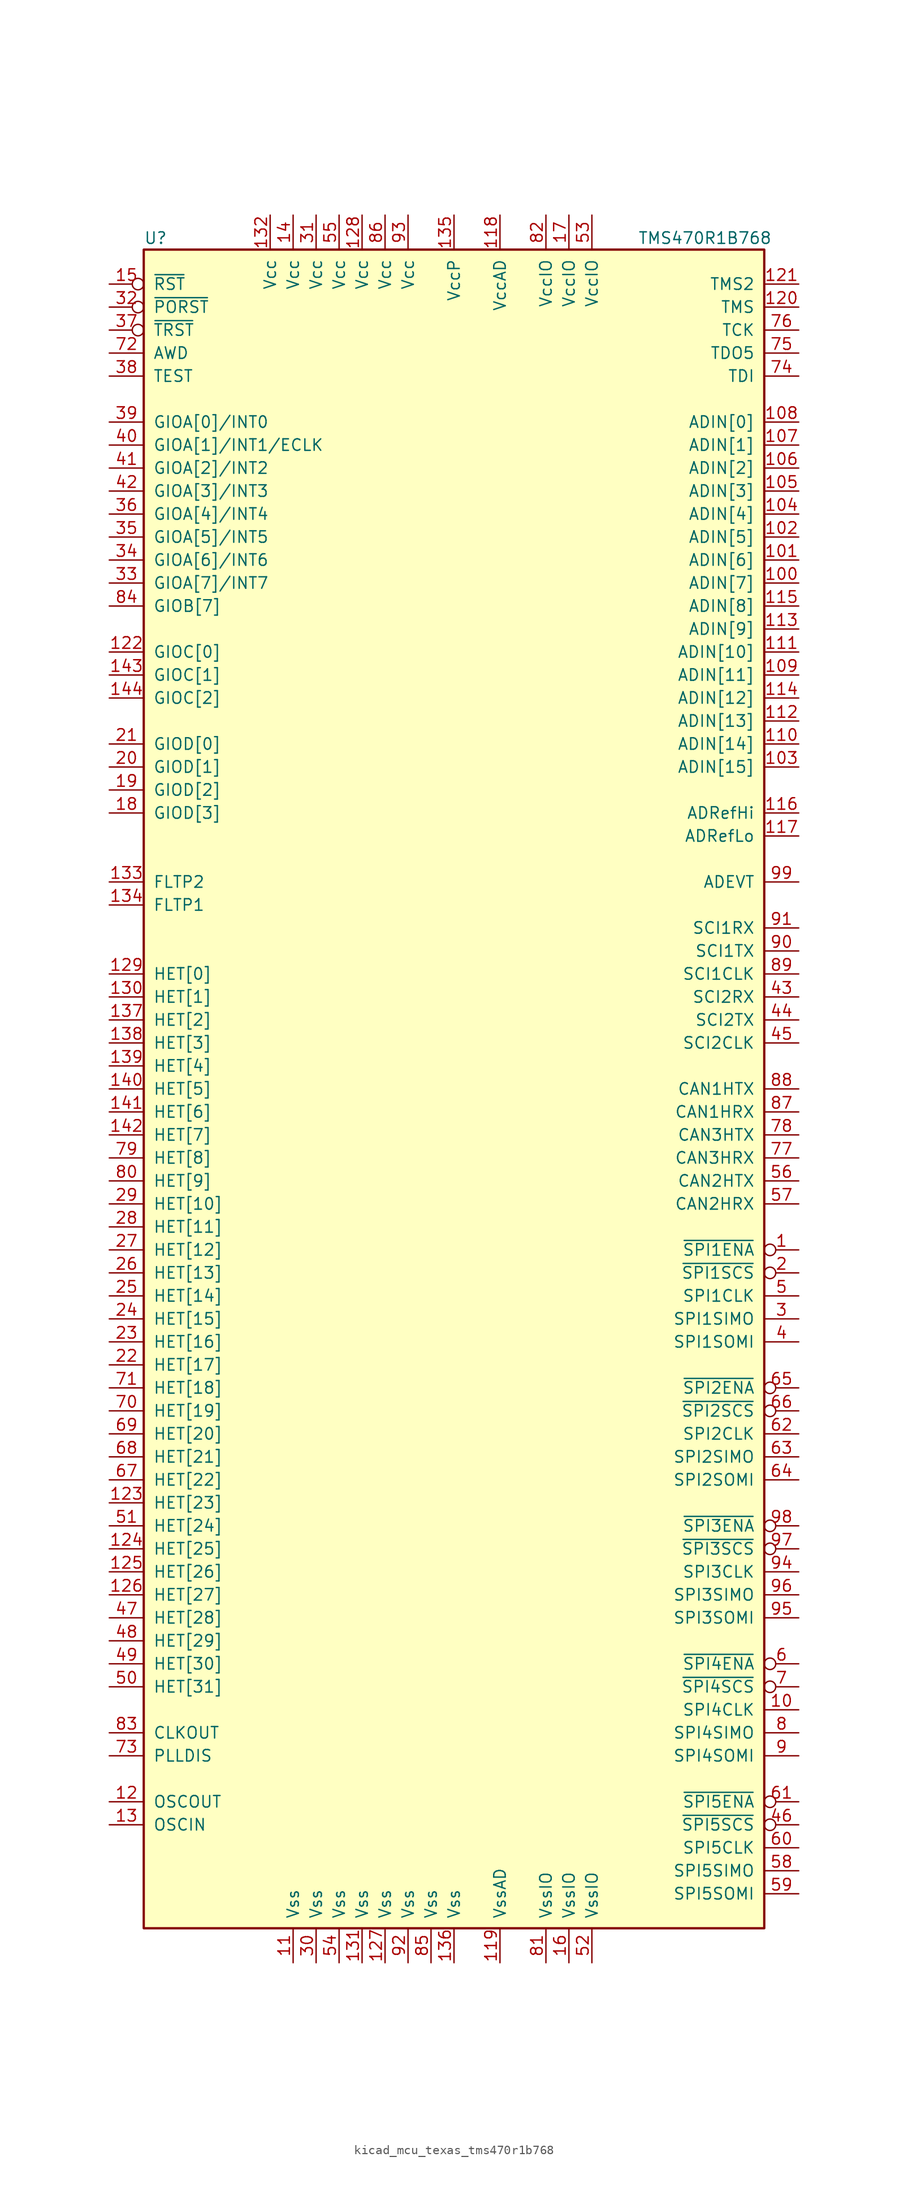
<source format=kicad_sym>
(kicad_symbol_lib
  (version 20220914)
  (generator kicad_symbol_editor)
  (symbol "kicad_mcu_texas_tms470r1b768"
    (pin_names
      (offset 1.016))
    (property "Reference" "U"
      (at -34.29 93.98 0)
      (effects (font (size 1.27 1.27)) (justify left)))
    (property "Value" "TMS470R1B768"
      (at 20.32 93.98 0)
      (effects (font (size 1.27 1.27)) (justify left)))
    (symbol "kicad_mcu_texas_tms470r1b768_0_1"
      (rectangle (start -34.29 92.71) (end 34.29 -92.71) (stroke (width 0.254) (type default)) (fill (type background))))
    (symbol "kicad_mcu_texas_tms470r1b768_1_1"
      (pin passive inverted (at 38.1 -17.78 180) (length 3.81) (name "~{SPI1ENA}" (effects (font (size 1.27 1.27)))) (number "1" (effects (font (size 1.27 1.27)))))
      (pin passive line (at 38.1 -68.58 180) (length 3.81) (name "SPI4CLK" (effects (font (size 1.27 1.27)))) (number "10" (effects (font (size 1.27 1.27)))))
      (pin passive line (at 38.1 55.88 180) (length 3.81) (name "ADIN[7]" (effects (font (size 1.27 1.27)))) (number "100" (effects (font (size 1.27 1.27)))))
      (pin passive line (at 38.1 58.42 180) (length 3.81) (name "ADIN[6]" (effects (font (size 1.27 1.27)))) (number "101" (effects (font (size 1.27 1.27)))))
      (pin passive line (at 38.1 60.96 180) (length 3.81) (name "ADIN[5]" (effects (font (size 1.27 1.27)))) (number "102" (effects (font (size 1.27 1.27)))))
      (pin passive line (at 38.1 35.56 180) (length 3.81) (name "ADIN[15]" (effects (font (size 1.27 1.27)))) (number "103" (effects (font (size 1.27 1.27)))))
      (pin passive line (at 38.1 63.5 180) (length 3.81) (name "ADIN[4]" (effects (font (size 1.27 1.27)))) (number "104" (effects (font (size 1.27 1.27)))))
      (pin passive line (at 38.1 66.04 180) (length 3.81) (name "ADIN[3]" (effects (font (size 1.27 1.27)))) (number "105" (effects (font (size 1.27 1.27)))))
      (pin passive line (at 38.1 68.58 180) (length 3.81) (name "ADIN[2]" (effects (font (size 1.27 1.27)))) (number "106" (effects (font (size 1.27 1.27)))))
      (pin passive line (at 38.1 71.12 180) (length 3.81) (name "ADIN[1]" (effects (font (size 1.27 1.27)))) (number "107" (effects (font (size 1.27 1.27)))))
      (pin passive line (at 38.1 73.66 180) (length 3.81) (name "ADIN[0]" (effects (font (size 1.27 1.27)))) (number "108" (effects (font (size 1.27 1.27)))))
      (pin passive line (at 38.1 45.72 180) (length 3.81) (name "ADIN[11]" (effects (font (size 1.27 1.27)))) (number "109" (effects (font (size 1.27 1.27)))))
      (pin power_in line (at -17.78 -96.52 90) (length 3.81) (name "Vss" (effects (font (size 1.27 1.27)))) (number "11" (effects (font (size 1.27 1.27)))))
      (pin passive line (at 38.1 38.1 180) (length 3.81) (name "ADIN[14]" (effects (font (size 1.27 1.27)))) (number "110" (effects (font (size 1.27 1.27)))))
      (pin passive line (at 38.1 48.26 180) (length 3.81) (name "ADIN[10]" (effects (font (size 1.27 1.27)))) (number "111" (effects (font (size 1.27 1.27)))))
      (pin passive line (at 38.1 40.64 180) (length 3.81) (name "ADIN[13]" (effects (font (size 1.27 1.27)))) (number "112" (effects (font (size 1.27 1.27)))))
      (pin passive line (at 38.1 50.8 180) (length 3.81) (name "ADIN[9]" (effects (font (size 1.27 1.27)))) (number "113" (effects (font (size 1.27 1.27)))))
      (pin passive line (at 38.1 43.18 180) (length 3.81) (name "ADIN[12]" (effects (font (size 1.27 1.27)))) (number "114" (effects (font (size 1.27 1.27)))))
      (pin passive line (at 38.1 53.34 180) (length 3.81) (name "ADIN[8]" (effects (font (size 1.27 1.27)))) (number "115" (effects (font (size 1.27 1.27)))))
      (pin passive line (at 38.1 30.48 180) (length 3.81) (name "ADRefHi" (effects (font (size 1.27 1.27)))) (number "116" (effects (font (size 1.27 1.27)))))
      (pin passive line (at 38.1 27.94 180) (length 3.81) (name "ADRefLo" (effects (font (size 1.27 1.27)))) (number "117" (effects (font (size 1.27 1.27)))))
      (pin passive line (at 5.08 96.52 270) (length 3.81) (name "VccAD" (effects (font (size 1.27 1.27)))) (number "118" (effects (font (size 1.27 1.27)))))
      (pin passive line (at 5.08 -96.52 90) (length 3.81) (name "VssAD" (effects (font (size 1.27 1.27)))) (number "119" (effects (font (size 1.27 1.27)))))
      (pin passive line (at -38.1 -78.74 0) (length 3.81) (name "OSCOUT" (effects (font (size 1.27 1.27)))) (number "12" (effects (font (size 1.27 1.27)))))
      (pin passive line (at 38.1 86.36 180) (length 3.81) (name "TMS" (effects (font (size 1.27 1.27)))) (number "120" (effects (font (size 1.27 1.27)))))
      (pin passive line (at 38.1 88.9 180) (length 3.81) (name "TMS2" (effects (font (size 1.27 1.27)))) (number "121" (effects (font (size 1.27 1.27)))))
      (pin passive line (at -38.1 48.26 0) (length 3.81) (name "GIOC[0]" (effects (font (size 1.27 1.27)))) (number "122" (effects (font (size 1.27 1.27)))))
      (pin passive line (at -38.1 -45.72 0) (length 3.81) (name "HET[23]" (effects (font (size 1.27 1.27)))) (number "123" (effects (font (size 1.27 1.27)))))
      (pin passive line (at -38.1 -50.8 0) (length 3.81) (name "HET[25]" (effects (font (size 1.27 1.27)))) (number "124" (effects (font (size 1.27 1.27)))))
      (pin passive line (at -38.1 -53.34 0) (length 3.81) (name "HET[26]" (effects (font (size 1.27 1.27)))) (number "125" (effects (font (size 1.27 1.27)))))
      (pin passive line (at -38.1 -55.88 0) (length 3.81) (name "HET[27]" (effects (font (size 1.27 1.27)))) (number "126" (effects (font (size 1.27 1.27)))))
      (pin passive line (at -7.62 -96.52 90) (length 3.81) (name "Vss" (effects (font (size 1.27 1.27)))) (number "127" (effects (font (size 1.27 1.27)))))
      (pin passive line (at -10.16 96.52 270) (length 3.81) (name "Vcc" (effects (font (size 1.27 1.27)))) (number "128" (effects (font (size 1.27 1.27)))))
      (pin passive line (at -38.1 12.7 0) (length 3.81) (name "HET[0]" (effects (font (size 1.27 1.27)))) (number "129" (effects (font (size 1.27 1.27)))))
      (pin passive line (at -38.1 -81.28 0) (length 3.81) (name "OSCIN" (effects (font (size 1.27 1.27)))) (number "13" (effects (font (size 1.27 1.27)))))
      (pin passive line (at -38.1 10.16 0) (length 3.81) (name "HET[1]" (effects (font (size 1.27 1.27)))) (number "130" (effects (font (size 1.27 1.27)))))
      (pin passive line (at -10.16 -96.52 90) (length 3.81) (name "Vss" (effects (font (size 1.27 1.27)))) (number "131" (effects (font (size 1.27 1.27)))))
      (pin passive line (at -20.32 96.52 270) (length 3.81) (name "Vcc" (effects (font (size 1.27 1.27)))) (number "132" (effects (font (size 1.27 1.27)))))
      (pin passive line (at -38.1 22.86 0) (length 3.81) (name "FLTP2" (effects (font (size 1.27 1.27)))) (number "133" (effects (font (size 1.27 1.27)))))
      (pin passive line (at -38.1 20.32 0) (length 3.81) (name "FLTP1" (effects (font (size 1.27 1.27)))) (number "134" (effects (font (size 1.27 1.27)))))
      (pin passive line (at 0 96.52 270) (length 3.81) (name "VccP" (effects (font (size 1.27 1.27)))) (number "135" (effects (font (size 1.27 1.27)))))
      (pin passive line (at 0 -96.52 90) (length 3.81) (name "Vss" (effects (font (size 1.27 1.27)))) (number "136" (effects (font (size 1.27 1.27)))))
      (pin passive line (at -38.1 7.62 0) (length 3.81) (name "HET[2]" (effects (font (size 1.27 1.27)))) (number "137" (effects (font (size 1.27 1.27)))))
      (pin passive line (at -38.1 5.08 0) (length 3.81) (name "HET[3]" (effects (font (size 1.27 1.27)))) (number "138" (effects (font (size 1.27 1.27)))))
      (pin passive line (at -38.1 2.54 0) (length 3.81) (name "HET[4]" (effects (font (size 1.27 1.27)))) (number "139" (effects (font (size 1.27 1.27)))))
      (pin power_in line (at -17.78 96.52 270) (length 3.81) (name "Vcc" (effects (font (size 1.27 1.27)))) (number "14" (effects (font (size 1.27 1.27)))))
      (pin passive line (at -38.1 0 0) (length 3.81) (name "HET[5]" (effects (font (size 1.27 1.27)))) (number "140" (effects (font (size 1.27 1.27)))))
      (pin passive line (at -38.1 -2.54 0) (length 3.81) (name "HET[6]" (effects (font (size 1.27 1.27)))) (number "141" (effects (font (size 1.27 1.27)))))
      (pin passive line (at -38.1 -5.08 0) (length 3.81) (name "HET[7]" (effects (font (size 1.27 1.27)))) (number "142" (effects (font (size 1.27 1.27)))))
      (pin passive line (at -38.1 45.72 0) (length 3.81) (name "GIOC[1]" (effects (font (size 1.27 1.27)))) (number "143" (effects (font (size 1.27 1.27)))))
      (pin passive line (at -38.1 43.18 0) (length 3.81) (name "GIOC[2]" (effects (font (size 1.27 1.27)))) (number "144" (effects (font (size 1.27 1.27)))))
      (pin input inverted (at -38.1 88.9 0) (length 3.81) (name "~{RST}" (effects (font (size 1.27 1.27)))) (number "15" (effects (font (size 1.27 1.27)))))
      (pin power_in line (at 12.7 -96.52 90) (length 3.81) (name "VssIO" (effects (font (size 1.27 1.27)))) (number "16" (effects (font (size 1.27 1.27)))))
      (pin power_in line (at 12.7 96.52 270) (length 3.81) (name "VccIO" (effects (font (size 1.27 1.27)))) (number "17" (effects (font (size 1.27 1.27)))))
      (pin passive line (at -38.1 30.48 0) (length 3.81) (name "GIOD[3]" (effects (font (size 1.27 1.27)))) (number "18" (effects (font (size 1.27 1.27)))))
      (pin passive line (at -38.1 33.02 0) (length 3.81) (name "GIOD[2]" (effects (font (size 1.27 1.27)))) (number "19" (effects (font (size 1.27 1.27)))))
      (pin passive inverted (at 38.1 -20.32 180) (length 3.81) (name "~{SPI1SCS}" (effects (font (size 1.27 1.27)))) (number "2" (effects (font (size 1.27 1.27)))))
      (pin passive line (at -38.1 35.56 0) (length 3.81) (name "GIOD[1]" (effects (font (size 1.27 1.27)))) (number "20" (effects (font (size 1.27 1.27)))))
      (pin passive line (at -38.1 38.1 0) (length 3.81) (name "GIOD[0]" (effects (font (size 1.27 1.27)))) (number "21" (effects (font (size 1.27 1.27)))))
      (pin passive line (at -38.1 -30.48 0) (length 3.81) (name "HET[17]" (effects (font (size 1.27 1.27)))) (number "22" (effects (font (size 1.27 1.27)))))
      (pin passive line (at -38.1 -27.94 0) (length 3.81) (name "HET[16]" (effects (font (size 1.27 1.27)))) (number "23" (effects (font (size 1.27 1.27)))))
      (pin passive line (at -38.1 -25.4 0) (length 3.81) (name "HET[15]" (effects (font (size 1.27 1.27)))) (number "24" (effects (font (size 1.27 1.27)))))
      (pin passive line (at -38.1 -22.86 0) (length 3.81) (name "HET[14]" (effects (font (size 1.27 1.27)))) (number "25" (effects (font (size 1.27 1.27)))))
      (pin passive line (at -38.1 -20.32 0) (length 3.81) (name "HET[13]" (effects (font (size 1.27 1.27)))) (number "26" (effects (font (size 1.27 1.27)))))
      (pin passive line (at -38.1 -17.78 0) (length 3.81) (name "HET[12]" (effects (font (size 1.27 1.27)))) (number "27" (effects (font (size 1.27 1.27)))))
      (pin passive line (at -38.1 -15.24 0) (length 3.81) (name "HET[11]" (effects (font (size 1.27 1.27)))) (number "28" (effects (font (size 1.27 1.27)))))
      (pin passive line (at -38.1 -12.7 0) (length 3.81) (name "HET[10]" (effects (font (size 1.27 1.27)))) (number "29" (effects (font (size 1.27 1.27)))))
      (pin passive line (at 38.1 -25.4 180) (length 3.81) (name "SPI1SIMO" (effects (font (size 1.27 1.27)))) (number "3" (effects (font (size 1.27 1.27)))))
      (pin passive line (at -15.24 -96.52 90) (length 3.81) (name "Vss" (effects (font (size 1.27 1.27)))) (number "30" (effects (font (size 1.27 1.27)))))
      (pin passive line (at -15.24 96.52 270) (length 3.81) (name "Vcc" (effects (font (size 1.27 1.27)))) (number "31" (effects (font (size 1.27 1.27)))))
      (pin input inverted (at -38.1 86.36 0) (length 3.81) (name "~{PORST}" (effects (font (size 1.27 1.27)))) (number "32" (effects (font (size 1.27 1.27)))))
      (pin passive line (at -38.1 55.88 0) (length 3.81) (name "GIOA[7]/INT7" (effects (font (size 1.27 1.27)))) (number "33" (effects (font (size 1.27 1.27)))))
      (pin passive line (at -38.1 58.42 0) (length 3.81) (name "GIOA[6]/INT6" (effects (font (size 1.27 1.27)))) (number "34" (effects (font (size 1.27 1.27)))))
      (pin passive line (at -38.1 60.96 0) (length 3.81) (name "GIOA[5]/INT5" (effects (font (size 1.27 1.27)))) (number "35" (effects (font (size 1.27 1.27)))))
      (pin passive line (at -38.1 63.5 0) (length 3.81) (name "GIOA[4]/INT4" (effects (font (size 1.27 1.27)))) (number "36" (effects (font (size 1.27 1.27)))))
      (pin input inverted (at -38.1 83.82 0) (length 3.81) (name "~{TRST}" (effects (font (size 1.27 1.27)))) (number "37" (effects (font (size 1.27 1.27)))))
      (pin passive line (at -38.1 78.74 0) (length 3.81) (name "TEST" (effects (font (size 1.27 1.27)))) (number "38" (effects (font (size 1.27 1.27)))))
      (pin input line (at -38.1 73.66 0) (length 3.81) (name "GIOA[0]/INT0" (effects (font (size 1.27 1.27)))) (number "39" (effects (font (size 1.27 1.27)))))
      (pin passive line (at 38.1 -27.94 180) (length 3.81) (name "SPI1SOMI" (effects (font (size 1.27 1.27)))) (number "4" (effects (font (size 1.27 1.27)))))
      (pin passive line (at -38.1 71.12 0) (length 3.81) (name "GIOA[1]/INT1/ECLK" (effects (font (size 1.27 1.27)))) (number "40" (effects (font (size 1.27 1.27)))))
      (pin passive line (at -38.1 68.58 0) (length 3.81) (name "GIOA[2]/INT2" (effects (font (size 1.27 1.27)))) (number "41" (effects (font (size 1.27 1.27)))))
      (pin passive line (at -38.1 66.04 0) (length 3.81) (name "GIOA[3]/INT3" (effects (font (size 1.27 1.27)))) (number "42" (effects (font (size 1.27 1.27)))))
      (pin passive line (at 38.1 10.16 180) (length 3.81) (name "SCI2RX" (effects (font (size 1.27 1.27)))) (number "43" (effects (font (size 1.27 1.27)))))
      (pin passive line (at 38.1 7.62 180) (length 3.81) (name "SCI2TX" (effects (font (size 1.27 1.27)))) (number "44" (effects (font (size 1.27 1.27)))))
      (pin passive line (at 38.1 5.08 180) (length 3.81) (name "SCI2CLK" (effects (font (size 1.27 1.27)))) (number "45" (effects (font (size 1.27 1.27)))))
      (pin passive inverted (at 38.1 -81.28 180) (length 3.81) (name "~{SPI5SCS}" (effects (font (size 1.27 1.27)))) (number "46" (effects (font (size 1.27 1.27)))))
      (pin passive line (at -38.1 -58.42 0) (length 3.81) (name "HET[28]" (effects (font (size 1.27 1.27)))) (number "47" (effects (font (size 1.27 1.27)))))
      (pin passive line (at -38.1 -60.96 0) (length 3.81) (name "HET[29]" (effects (font (size 1.27 1.27)))) (number "48" (effects (font (size 1.27 1.27)))))
      (pin passive line (at -38.1 -63.5 0) (length 3.81) (name "HET[30]" (effects (font (size 1.27 1.27)))) (number "49" (effects (font (size 1.27 1.27)))))
      (pin passive line (at 38.1 -22.86 180) (length 3.81) (name "SPI1CLK" (effects (font (size 1.27 1.27)))) (number "5" (effects (font (size 1.27 1.27)))))
      (pin passive line (at -38.1 -66.04 0) (length 3.81) (name "HET[31]" (effects (font (size 1.27 1.27)))) (number "50" (effects (font (size 1.27 1.27)))))
      (pin passive line (at -38.1 -48.26 0) (length 3.81) (name "HET[24]" (effects (font (size 1.27 1.27)))) (number "51" (effects (font (size 1.27 1.27)))))
      (pin power_in line (at 15.24 -96.52 90) (length 3.81) (name "VssIO" (effects (font (size 1.27 1.27)))) (number "52" (effects (font (size 1.27 1.27)))))
      (pin power_in line (at 15.24 96.52 270) (length 3.81) (name "VccIO" (effects (font (size 1.27 1.27)))) (number "53" (effects (font (size 1.27 1.27)))))
      (pin power_in line (at -12.7 -96.52 90) (length 3.81) (name "Vss" (effects (font (size 1.27 1.27)))) (number "54" (effects (font (size 1.27 1.27)))))
      (pin unspecified line (at -12.7 96.52 270) (length 3.81) (name "Vcc" (effects (font (size 1.27 1.27)))) (number "55" (effects (font (size 1.27 1.27)))))
      (pin passive line (at 38.1 -10.16 180) (length 3.81) (name "CAN2HTX" (effects (font (size 1.27 1.27)))) (number "56" (effects (font (size 1.27 1.27)))))
      (pin passive line (at 38.1 -12.7 180) (length 3.81) (name "CAN2HRX" (effects (font (size 1.27 1.27)))) (number "57" (effects (font (size 1.27 1.27)))))
      (pin passive line (at 38.1 -86.36 180) (length 3.81) (name "SPI5SIMO" (effects (font (size 1.27 1.27)))) (number "58" (effects (font (size 1.27 1.27)))))
      (pin passive line (at 38.1 -88.9 180) (length 3.81) (name "SPI5SOMI" (effects (font (size 1.27 1.27)))) (number "59" (effects (font (size 1.27 1.27)))))
      (pin passive inverted (at 38.1 -63.5 180) (length 3.81) (name "~{SPI4ENA}" (effects (font (size 1.27 1.27)))) (number "6" (effects (font (size 1.27 1.27)))))
      (pin passive line (at 38.1 -83.82 180) (length 3.81) (name "SPI5CLK" (effects (font (size 1.27 1.27)))) (number "60" (effects (font (size 1.27 1.27)))))
      (pin passive inverted (at 38.1 -78.74 180) (length 3.81) (name "~{SPI5ENA}" (effects (font (size 1.27 1.27)))) (number "61" (effects (font (size 1.27 1.27)))))
      (pin passive line (at 38.1 -38.1 180) (length 3.81) (name "SPI2CLK" (effects (font (size 1.27 1.27)))) (number "62" (effects (font (size 1.27 1.27)))))
      (pin passive line (at 38.1 -40.64 180) (length 3.81) (name "SPI2SIMO" (effects (font (size 1.27 1.27)))) (number "63" (effects (font (size 1.27 1.27)))))
      (pin passive line (at 38.1 -43.18 180) (length 3.81) (name "SPI2SOMI" (effects (font (size 1.27 1.27)))) (number "64" (effects (font (size 1.27 1.27)))))
      (pin passive inverted (at 38.1 -33.02 180) (length 3.81) (name "~{SPI2ENA}" (effects (font (size 1.27 1.27)))) (number "65" (effects (font (size 1.27 1.27)))))
      (pin passive inverted (at 38.1 -35.56 180) (length 3.81) (name "~{SPI2SCS}" (effects (font (size 1.27 1.27)))) (number "66" (effects (font (size 1.27 1.27)))))
      (pin passive line (at -38.1 -43.18 0) (length 3.81) (name "HET[22]" (effects (font (size 1.27 1.27)))) (number "67" (effects (font (size 1.27 1.27)))))
      (pin passive line (at -38.1 -40.64 0) (length 3.81) (name "HET[21]" (effects (font (size 1.27 1.27)))) (number "68" (effects (font (size 1.27 1.27)))))
      (pin passive line (at -38.1 -38.1 0) (length 3.81) (name "HET[20]" (effects (font (size 1.27 1.27)))) (number "69" (effects (font (size 1.27 1.27)))))
      (pin passive inverted (at 38.1 -66.04 180) (length 3.81) (name "~{SPI4SCS}" (effects (font (size 1.27 1.27)))) (number "7" (effects (font (size 1.27 1.27)))))
      (pin passive line (at -38.1 -35.56 0) (length 3.81) (name "HET[19]" (effects (font (size 1.27 1.27)))) (number "70" (effects (font (size 1.27 1.27)))))
      (pin passive line (at -38.1 -33.02 0) (length 3.81) (name "HET[18]" (effects (font (size 1.27 1.27)))) (number "71" (effects (font (size 1.27 1.27)))))
      (pin passive line (at -38.1 81.28 0) (length 3.81) (name "AWD" (effects (font (size 1.27 1.27)))) (number "72" (effects (font (size 1.27 1.27)))))
      (pin passive line (at -38.1 -73.66 0) (length 3.81) (name "PLLDIS" (effects (font (size 1.27 1.27)))) (number "73" (effects (font (size 1.27 1.27)))))
      (pin passive line (at 38.1 78.74 180) (length 3.81) (name "TDI" (effects (font (size 1.27 1.27)))) (number "74" (effects (font (size 1.27 1.27)))))
      (pin passive line (at 38.1 81.28 180) (length 3.81) (name "TDO5" (effects (font (size 1.27 1.27)))) (number "75" (effects (font (size 1.27 1.27)))))
      (pin passive line (at 38.1 83.82 180) (length 3.81) (name "TCK" (effects (font (size 1.27 1.27)))) (number "76" (effects (font (size 1.27 1.27)))))
      (pin passive line (at 38.1 -7.62 180) (length 3.81) (name "CAN3HRX" (effects (font (size 1.27 1.27)))) (number "77" (effects (font (size 1.27 1.27)))))
      (pin passive line (at 38.1 -5.08 180) (length 3.81) (name "CAN3HTX" (effects (font (size 1.27 1.27)))) (number "78" (effects (font (size 1.27 1.27)))))
      (pin passive line (at -38.1 -7.62 0) (length 3.81) (name "HET[8]" (effects (font (size 1.27 1.27)))) (number "79" (effects (font (size 1.27 1.27)))))
      (pin passive line (at 38.1 -71.12 180) (length 3.81) (name "SPI4SIMO" (effects (font (size 1.27 1.27)))) (number "8" (effects (font (size 1.27 1.27)))))
      (pin passive line (at -38.1 -10.16 0) (length 3.81) (name "HET[9]" (effects (font (size 1.27 1.27)))) (number "80" (effects (font (size 1.27 1.27)))))
      (pin passive line (at 10.16 -96.52 90) (length 3.81) (name "VssIO" (effects (font (size 1.27 1.27)))) (number "81" (effects (font (size 1.27 1.27)))))
      (pin passive line (at 10.16 96.52 270) (length 3.81) (name "VccIO" (effects (font (size 1.27 1.27)))) (number "82" (effects (font (size 1.27 1.27)))))
      (pin passive line (at -38.1 -71.12 0) (length 3.81) (name "CLKOUT" (effects (font (size 1.27 1.27)))) (number "83" (effects (font (size 1.27 1.27)))))
      (pin passive line (at -38.1 53.34 0) (length 3.81) (name "GIOB[7]" (effects (font (size 1.27 1.27)))) (number "84" (effects (font (size 1.27 1.27)))))
      (pin passive line (at -2.54 -96.52 90) (length 3.81) (name "Vss" (effects (font (size 1.27 1.27)))) (number "85" (effects (font (size 1.27 1.27)))))
      (pin passive line (at -7.62 96.52 270) (length 3.81) (name "Vcc" (effects (font (size 1.27 1.27)))) (number "86" (effects (font (size 1.27 1.27)))))
      (pin passive line (at 38.1 -2.54 180) (length 3.81) (name "CAN1HRX" (effects (font (size 1.27 1.27)))) (number "87" (effects (font (size 1.27 1.27)))))
      (pin passive line (at 38.1 0 180) (length 3.81) (name "CAN1HTX" (effects (font (size 1.27 1.27)))) (number "88" (effects (font (size 1.27 1.27)))))
      (pin passive line (at 38.1 12.7 180) (length 3.81) (name "SCI1CLK" (effects (font (size 1.27 1.27)))) (number "89" (effects (font (size 1.27 1.27)))))
      (pin passive line (at 38.1 -73.66 180) (length 3.81) (name "SPI4SOMI" (effects (font (size 1.27 1.27)))) (number "9" (effects (font (size 1.27 1.27)))))
      (pin passive line (at 38.1 15.24 180) (length 3.81) (name "SCI1TX" (effects (font (size 1.27 1.27)))) (number "90" (effects (font (size 1.27 1.27)))))
      (pin passive line (at 38.1 17.78 180) (length 3.81) (name "SCI1RX" (effects (font (size 1.27 1.27)))) (number "91" (effects (font (size 1.27 1.27)))))
      (pin passive line (at -5.08 -96.52 90) (length 3.81) (name "Vss" (effects (font (size 1.27 1.27)))) (number "92" (effects (font (size 1.27 1.27)))))
      (pin passive line (at -5.08 96.52 270) (length 3.81) (name "Vcc" (effects (font (size 1.27 1.27)))) (number "93" (effects (font (size 1.27 1.27)))))
      (pin passive line (at 38.1 -53.34 180) (length 3.81) (name "SPI3CLK" (effects (font (size 1.27 1.27)))) (number "94" (effects (font (size 1.27 1.27)))))
      (pin passive line (at 38.1 -58.42 180) (length 3.81) (name "SPI3SOMI" (effects (font (size 1.27 1.27)))) (number "95" (effects (font (size 1.27 1.27)))))
      (pin passive line (at 38.1 -55.88 180) (length 3.81) (name "SPI3SIMO" (effects (font (size 1.27 1.27)))) (number "96" (effects (font (size 1.27 1.27)))))
      (pin passive inverted (at 38.1 -50.8 180) (length 3.81) (name "~{SPI3SCS}" (effects (font (size 1.27 1.27)))) (number "97" (effects (font (size 1.27 1.27)))))
      (pin passive inverted (at 38.1 -48.26 180) (length 3.81) (name "~{SPI3ENA}" (effects (font (size 1.27 1.27)))) (number "98" (effects (font (size 1.27 1.27)))))
      (pin passive line (at 38.1 22.86 180) (length 3.81) (name "ADEVT" (effects (font (size 1.27 1.27)))) (number "99" (effects (font (size 1.27 1.27))))))))
</source>
